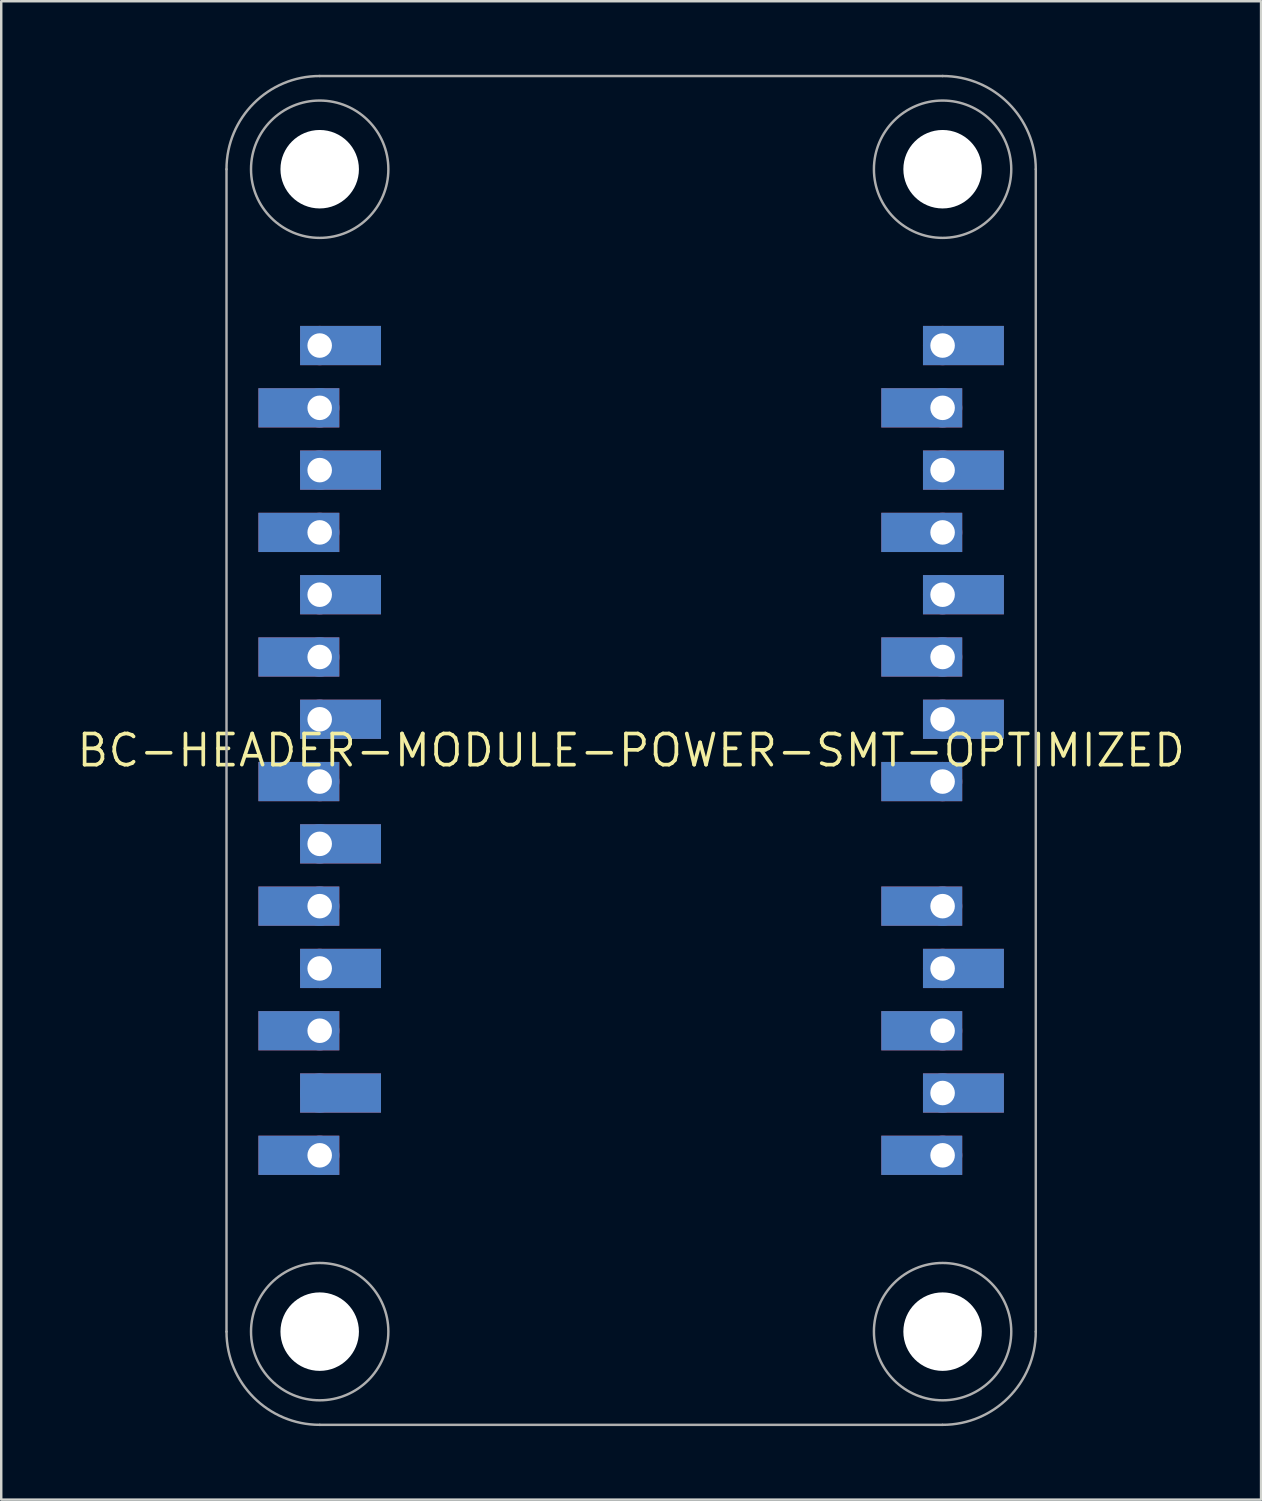
<source format=kicad_pcb>
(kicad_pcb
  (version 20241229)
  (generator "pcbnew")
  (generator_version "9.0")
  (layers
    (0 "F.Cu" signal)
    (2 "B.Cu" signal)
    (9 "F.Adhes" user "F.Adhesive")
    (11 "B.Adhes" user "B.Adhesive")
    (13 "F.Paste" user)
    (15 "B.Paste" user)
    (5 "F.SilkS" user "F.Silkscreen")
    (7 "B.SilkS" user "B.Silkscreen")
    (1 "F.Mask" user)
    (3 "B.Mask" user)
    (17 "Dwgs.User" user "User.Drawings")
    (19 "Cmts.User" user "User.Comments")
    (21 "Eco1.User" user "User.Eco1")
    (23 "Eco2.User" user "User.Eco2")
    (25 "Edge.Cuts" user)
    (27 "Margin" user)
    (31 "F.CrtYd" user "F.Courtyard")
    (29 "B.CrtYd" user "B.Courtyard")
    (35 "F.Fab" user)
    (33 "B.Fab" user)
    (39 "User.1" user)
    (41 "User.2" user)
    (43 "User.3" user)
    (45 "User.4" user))
  (footprint "BC-HEADER-MODULE-POWER-SMT-OPTIMIZED"
    (layer "F.Cu")
    (at 22.686 27.55)
    (property "Reference" "BC-HEADER-MODULE-POWER-SMT-OPTIMIZED" (at 0 0 0) (unlocked yes) (layer "F.SilkS") (effects (font (size 1.27 1.27) (thickness 0.15))))
    (fp_poly (pts (xy -11.9 -13.17) (xy -15.2 -13.17) (xy -15.2 -14.77) (xy -11.9 -14.77)) (stroke (width 0) (type default)) (fill yes) (layer "F.Cu"))
    (fp_poly (pts (xy -11.9 -8.09) (xy -15.2 -8.09) (xy -15.2 -9.69) (xy -11.9 -9.69)) (stroke (width 0) (type default)) (fill yes) (layer "F.Cu"))
    (fp_poly (pts (xy -11.9 -3.01) (xy -15.2 -3.01) (xy -15.2 -4.61) (xy -11.9 -4.61)) (stroke (width 0) (type default)) (fill yes) (layer "F.Cu"))
    (fp_poly (pts (xy -11.9 2.07) (xy -15.2 2.07) (xy -15.2 0.47) (xy -11.9 0.47)) (stroke (width 0) (type default)) (fill yes) (layer "F.Cu"))
    (fp_poly (pts (xy -11.9 7.15) (xy -15.2 7.15) (xy -15.2 5.55) (xy -11.9 5.55)) (stroke (width 0) (type default)) (fill yes) (layer "F.Cu"))
    (fp_poly (pts (xy -11.9 12.23) (xy -15.2 12.23) (xy -15.2 10.63) (xy -11.9 10.63)) (stroke (width 0) (type default)) (fill yes) (layer "F.Cu"))
    (fp_poly (pts (xy -11.9 17.31) (xy -15.2 17.31) (xy -15.2 15.71) (xy -11.9 15.71)) (stroke (width 0) (type default)) (fill yes) (layer "F.Cu"))
    (fp_poly (pts (xy -10.2 -15.71) (xy -13.5 -15.71) (xy -13.5 -17.31) (xy -10.2 -17.31)) (stroke (width 0) (type default)) (fill yes) (layer "F.Cu"))
    (fp_poly (pts (xy -10.2 -10.63) (xy -13.5 -10.63) (xy -13.5 -12.23) (xy -10.2 -12.23)) (stroke (width 0) (type default)) (fill yes) (layer "F.Cu"))
    (fp_poly (pts (xy -10.2 -5.55) (xy -13.5 -5.55) (xy -13.5 -7.15) (xy -10.2 -7.15)) (stroke (width 0) (type default)) (fill yes) (layer "F.Cu"))
    (fp_poly (pts (xy -10.2 -0.47) (xy -13.5 -0.47) (xy -13.5 -2.07) (xy -10.2 -2.07)) (stroke (width 0) (type default)) (fill yes) (layer "F.Cu"))
    (fp_poly (pts (xy -10.2 4.61) (xy -13.5 4.61) (xy -13.5 3.01) (xy -10.2 3.01)) (stroke (width 0) (type default)) (fill yes) (layer "F.Cu"))
    (fp_poly (pts (xy -10.2 9.69) (xy -13.5 9.69) (xy -13.5 8.09) (xy -10.2 8.09)) (stroke (width 0) (type default)) (fill yes) (layer "F.Cu"))
    (fp_poly (pts (xy -10.2 14.77) (xy -13.5 14.77) (xy -13.5 13.17) (xy -10.2 13.17)) (stroke (width 0) (type default)) (fill yes) (layer "F.Cu"))
    (fp_poly (pts (xy 13.5 -13.17) (xy 10.2 -13.17) (xy 10.2 -14.77) (xy 13.5 -14.77)) (stroke (width 0) (type default)) (fill yes) (layer "F.Cu"))
    (fp_poly (pts (xy 13.5 -8.09) (xy 10.2 -8.09) (xy 10.2 -9.69) (xy 13.5 -9.69)) (stroke (width 0) (type default)) (fill yes) (layer "F.Cu"))
    (fp_poly (pts (xy 13.5 -3.01) (xy 10.2 -3.01) (xy 10.2 -4.61) (xy 13.5 -4.61)) (stroke (width 0) (type default)) (fill yes) (layer "F.Cu"))
    (fp_poly (pts (xy 13.5 2.07) (xy 10.2 2.07) (xy 10.2 0.47) (xy 13.5 0.47)) (stroke (width 0) (type default)) (fill yes) (layer "F.Cu"))
    (fp_poly (pts (xy 13.5 7.15) (xy 10.2 7.15) (xy 10.2 5.55) (xy 13.5 5.55)) (stroke (width 0) (type default)) (fill yes) (layer "F.Cu"))
    (fp_poly (pts (xy 13.5 12.23) (xy 10.2 12.23) (xy 10.2 10.63) (xy 13.5 10.63)) (stroke (width 0) (type default)) (fill yes) (layer "F.Cu"))
    (fp_poly (pts (xy 13.5 17.31) (xy 10.2 17.31) (xy 10.2 15.71) (xy 13.5 15.71)) (stroke (width 0) (type default)) (fill yes) (layer "F.Cu"))
    (fp_poly (pts (xy 15.2 -15.71) (xy 11.9 -15.71) (xy 11.9 -17.31) (xy 15.2 -17.31)) (stroke (width 0) (type default)) (fill yes) (layer "F.Cu"))
    (fp_poly (pts (xy 15.2 -10.63) (xy 11.9 -10.63) (xy 11.9 -12.23) (xy 15.2 -12.23)) (stroke (width 0) (type default)) (fill yes) (layer "F.Cu"))
    (fp_poly (pts (xy 15.2 -5.55) (xy 11.9 -5.55) (xy 11.9 -7.15) (xy 15.2 -7.15)) (stroke (width 0) (type default)) (fill yes) (layer "F.Cu"))
    (fp_poly (pts (xy 15.2 -0.47) (xy 11.9 -0.47) (xy 11.9 -2.07) (xy 15.2 -2.07)) (stroke (width 0) (type default)) (fill yes) (layer "F.Cu"))
    (fp_poly (pts (xy 15.2 9.69) (xy 11.9 9.69) (xy 11.9 8.09) (xy 15.2 8.09)) (stroke (width 0) (type default)) (fill yes) (layer "F.Cu"))
    (fp_poly (pts (xy 15.2 14.77) (xy 11.9 14.77) (xy 11.9 13.17) (xy 15.2 13.17)) (stroke (width 0) (type default)) (fill yes) (layer "F.Cu"))
    (fp_poly (pts (xy -13.6 -15.61) (xy -10.1 -15.61) (xy -10.1 -17.41) (xy -13.6 -17.41)) (stroke (width 0) (type default)) (fill yes) (layer "F.Mask"))
    (fp_poly (pts (xy -13.6 -10.53) (xy -10.1 -10.53) (xy -10.1 -12.33) (xy -13.6 -12.33)) (stroke (width 0) (type default)) (fill yes) (layer "F.Mask"))
    (fp_poly (pts (xy -13.6 -5.45) (xy -10.1 -5.45) (xy -10.1 -7.25) (xy -13.6 -7.25)) (stroke (width 0) (type default)) (fill yes) (layer "F.Mask"))
    (fp_poly (pts (xy -13.6 -0.37) (xy -10.1 -0.37) (xy -10.1 -2.17) (xy -13.6 -2.17)) (stroke (width 0) (type default)) (fill yes) (layer "F.Mask"))
    (fp_poly (pts (xy -13.6 4.71) (xy -10.1 4.71) (xy -10.1 2.91) (xy -13.6 2.91)) (stroke (width 0) (type default)) (fill yes) (layer "F.Mask"))
    (fp_poly (pts (xy -13.6 9.79) (xy -10.1 9.79) (xy -10.1 7.99) (xy -13.6 7.99)) (stroke (width 0) (type default)) (fill yes) (layer "F.Mask"))
    (fp_poly (pts (xy -13.6 14.87) (xy -10.1 14.87) (xy -10.1 13.07) (xy -13.6 13.07)) (stroke (width 0) (type default)) (fill yes) (layer "F.Mask"))
    (fp_poly (pts (xy -11.8 -14.87) (xy -15.3 -14.87) (xy -15.3 -13.07) (xy -11.8 -13.07)) (stroke (width 0) (type default)) (fill yes) (layer "F.Mask"))
    (fp_poly (pts (xy -11.8 -9.79) (xy -15.3 -9.79) (xy -15.3 -7.99) (xy -11.8 -7.99)) (stroke (width 0) (type default)) (fill yes) (layer "F.Mask"))
    (fp_poly (pts (xy -11.8 -4.71) (xy -15.3 -4.71) (xy -15.3 -2.91) (xy -11.8 -2.91)) (stroke (width 0) (type default)) (fill yes) (layer "F.Mask"))
    (fp_poly (pts (xy -11.8 0.37) (xy -15.3 0.37) (xy -15.3 2.17) (xy -11.8 2.17)) (stroke (width 0) (type default)) (fill yes) (layer "F.Mask"))
    (fp_poly (pts (xy -11.8 5.45) (xy -15.3 5.45) (xy -15.3 7.25) (xy -11.8 7.25)) (stroke (width 0) (type default)) (fill yes) (layer "F.Mask"))
    (fp_poly (pts (xy -11.8 10.53) (xy -15.3 10.53) (xy -15.3 12.33) (xy -11.8 12.33)) (stroke (width 0) (type default)) (fill yes) (layer "F.Mask"))
    (fp_poly (pts (xy -11.8 15.61) (xy -15.3 15.61) (xy -15.3 17.41) (xy -11.8 17.41)) (stroke (width 0) (type default)) (fill yes) (layer "F.Mask"))
    (fp_poly (pts (xy 11.8 -15.61) (xy 15.3 -15.61) (xy 15.3 -17.41) (xy 11.8 -17.41)) (stroke (width 0) (type default)) (fill yes) (layer "F.Mask"))
    (fp_poly (pts (xy 11.8 -10.53) (xy 15.3 -10.53) (xy 15.3 -12.33) (xy 11.8 -12.33)) (stroke (width 0) (type default)) (fill yes) (layer "F.Mask"))
    (fp_poly (pts (xy 11.8 -5.45) (xy 15.3 -5.45) (xy 15.3 -7.25) (xy 11.8 -7.25)) (stroke (width 0) (type default)) (fill yes) (layer "F.Mask"))
    (fp_poly (pts (xy 11.8 -0.37) (xy 15.3 -0.37) (xy 15.3 -2.17) (xy 11.8 -2.17)) (stroke (width 0) (type default)) (fill yes) (layer "F.Mask"))
    (fp_poly (pts (xy 11.8 9.79) (xy 15.3 9.79) (xy 15.3 7.99) (xy 11.8 7.99)) (stroke (width 0) (type default)) (fill yes) (layer "F.Mask"))
    (fp_poly (pts (xy 11.8 14.87) (xy 15.3 14.87) (xy 15.3 13.07) (xy 11.8 13.07)) (stroke (width 0) (type default)) (fill yes) (layer "F.Mask"))
    (fp_poly (pts (xy 13.6 -14.87) (xy 10.1 -14.87) (xy 10.1 -13.07) (xy 13.6 -13.07)) (stroke (width 0) (type default)) (fill yes) (layer "F.Mask"))
    (fp_poly (pts (xy 13.6 -9.79) (xy 10.1 -9.79) (xy 10.1 -7.99) (xy 13.6 -7.99)) (stroke (width 0) (type default)) (fill yes) (layer "F.Mask"))
    (fp_poly (pts (xy 13.6 -4.71) (xy 10.1 -4.71) (xy 10.1 -2.91) (xy 13.6 -2.91)) (stroke (width 0) (type default)) (fill yes) (layer "F.Mask"))
    (fp_poly (pts (xy 13.6 0.37) (xy 10.1 0.37) (xy 10.1 2.17) (xy 13.6 2.17)) (stroke (width 0) (type default)) (fill yes) (layer "F.Mask"))
    (fp_poly (pts (xy 13.6 5.45) (xy 10.1 5.45) (xy 10.1 7.25) (xy 13.6 7.25)) (stroke (width 0) (type default)) (fill yes) (layer "F.Mask"))
    (fp_poly (pts (xy 13.6 10.53) (xy 10.1 10.53) (xy 10.1 12.33) (xy 13.6 12.33)) (stroke (width 0) (type default)) (fill yes) (layer "F.Mask"))
    (fp_poly (pts (xy 13.6 15.61) (xy 10.1 15.61) (xy 10.1 17.41) (xy 13.6 17.41)) (stroke (width 0) (type default)) (fill yes) (layer "F.Mask"))
    (fp_poly (pts (xy -11.9 -13.17) (xy -15.2 -13.17) (xy -15.2 -14.77) (xy -11.9 -14.77)) (stroke (width 0) (type default)) (fill yes) (layer "B.Cu"))
    (fp_poly (pts (xy -11.9 -8.09) (xy -15.2 -8.09) (xy -15.2 -9.69) (xy -11.9 -9.69)) (stroke (width 0) (type default)) (fill yes) (layer "B.Cu"))
    (fp_poly (pts (xy -11.9 -3.01) (xy -15.2 -3.01) (xy -15.2 -4.61) (xy -11.9 -4.61)) (stroke (width 0) (type default)) (fill yes) (layer "B.Cu"))
    (fp_poly (pts (xy -11.9 2.07) (xy -15.2 2.07) (xy -15.2 0.47) (xy -11.9 0.47)) (stroke (width 0) (type default)) (fill yes) (layer "B.Cu"))
    (fp_poly (pts (xy -11.9 7.15) (xy -15.2 7.15) (xy -15.2 5.55) (xy -11.9 5.55)) (stroke (width 0) (type default)) (fill yes) (layer "B.Cu"))
    (fp_poly (pts (xy -11.9 12.23) (xy -15.2 12.23) (xy -15.2 10.63) (xy -11.9 10.63)) (stroke (width 0) (type default)) (fill yes) (layer "B.Cu"))
    (fp_poly (pts (xy -11.9 17.31) (xy -15.2 17.31) (xy -15.2 15.71) (xy -11.9 15.71)) (stroke (width 0) (type default)) (fill yes) (layer "B.Cu"))
    (fp_poly (pts (xy -10.2 -15.71) (xy -13.5 -15.71) (xy -13.5 -17.31) (xy -10.2 -17.31)) (stroke (width 0) (type default)) (fill yes) (layer "B.Cu"))
    (fp_poly (pts (xy -10.2 -10.63) (xy -13.5 -10.63) (xy -13.5 -12.23) (xy -10.2 -12.23)) (stroke (width 0) (type default)) (fill yes) (layer "B.Cu"))
    (fp_poly (pts (xy -10.2 -5.55) (xy -13.5 -5.55) (xy -13.5 -7.15) (xy -10.2 -7.15)) (stroke (width 0) (type default)) (fill yes) (layer "B.Cu"))
    (fp_poly (pts (xy -10.2 -0.47) (xy -13.5 -0.47) (xy -13.5 -2.07) (xy -10.2 -2.07)) (stroke (width 0) (type default)) (fill yes) (layer "B.Cu"))
    (fp_poly (pts (xy -10.2 4.61) (xy -13.5 4.61) (xy -13.5 3.01) (xy -10.2 3.01)) (stroke (width 0) (type default)) (fill yes) (layer "B.Cu"))
    (fp_poly (pts (xy -10.2 9.69) (xy -13.5 9.69) (xy -13.5 8.09) (xy -10.2 8.09)) (stroke (width 0) (type default)) (fill yes) (layer "B.Cu"))
    (fp_poly (pts (xy -10.2 14.77) (xy -13.5 14.77) (xy -13.5 13.17) (xy -10.2 13.17)) (stroke (width 0) (type default)) (fill yes) (layer "B.Cu"))
    (fp_poly (pts (xy 13.5 -13.17) (xy 10.2 -13.17) (xy 10.2 -14.77) (xy 13.5 -14.77)) (stroke (width 0) (type default)) (fill yes) (layer "B.Cu"))
    (fp_poly (pts (xy 13.5 -8.09) (xy 10.2 -8.09) (xy 10.2 -9.69) (xy 13.5 -9.69)) (stroke (width 0) (type default)) (fill yes) (layer "B.Cu"))
    (fp_poly (pts (xy 13.5 -3.01) (xy 10.2 -3.01) (xy 10.2 -4.61) (xy 13.5 -4.61)) (stroke (width 0) (type default)) (fill yes) (layer "B.Cu"))
    (fp_poly (pts (xy 13.5 2.07) (xy 10.2 2.07) (xy 10.2 0.47) (xy 13.5 0.47)) (stroke (width 0) (type default)) (fill yes) (layer "B.Cu"))
    (fp_poly (pts (xy 13.5 7.15) (xy 10.2 7.15) (xy 10.2 5.55) (xy 13.5 5.55)) (stroke (width 0) (type default)) (fill yes) (layer "B.Cu"))
    (fp_poly (pts (xy 13.5 12.23) (xy 10.2 12.23) (xy 10.2 10.63) (xy 13.5 10.63)) (stroke (width 0) (type default)) (fill yes) (layer "B.Cu"))
    (fp_poly (pts (xy 13.5 17.31) (xy 10.2 17.31) (xy 10.2 15.71) (xy 13.5 15.71)) (stroke (width 0) (type default)) (fill yes) (layer "B.Cu"))
    (fp_poly (pts (xy 15.2 -15.71) (xy 11.9 -15.71) (xy 11.9 -17.31) (xy 15.2 -17.31)) (stroke (width 0) (type default)) (fill yes) (layer "B.Cu"))
    (fp_poly (pts (xy 15.2 -10.63) (xy 11.9 -10.63) (xy 11.9 -12.23) (xy 15.2 -12.23)) (stroke (width 0) (type default)) (fill yes) (layer "B.Cu"))
    (fp_poly (pts (xy 15.2 -5.55) (xy 11.9 -5.55) (xy 11.9 -7.15) (xy 15.2 -7.15)) (stroke (width 0) (type default)) (fill yes) (layer "B.Cu"))
    (fp_poly (pts (xy 15.2 -0.47) (xy 11.9 -0.47) (xy 11.9 -2.07) (xy 15.2 -2.07)) (stroke (width 0) (type default)) (fill yes) (layer "B.Cu"))
    (fp_poly (pts (xy 15.2 9.69) (xy 11.9 9.69) (xy 11.9 8.09) (xy 15.2 8.09)) (stroke (width 0) (type default)) (fill yes) (layer "B.Cu"))
    (fp_poly (pts (xy 15.2 14.77) (xy 11.9 14.77) (xy 11.9 13.17) (xy 15.2 13.17)) (stroke (width 0) (type default)) (fill yes) (layer "B.Cu"))
    (fp_poly (pts (xy -15.3 -13.07) (xy -11.8 -13.07) (xy -11.8 -14.87) (xy -15.3 -14.87)) (stroke (width 0) (type default)) (fill yes) (layer "B.Mask"))
    (fp_poly (pts (xy -15.3 -7.99) (xy -11.8 -7.99) (xy -11.8 -9.79) (xy -15.3 -9.79)) (stroke (width 0) (type default)) (fill yes) (layer "B.Mask"))
    (fp_poly (pts (xy -15.3 -2.91) (xy -11.8 -2.91) (xy -11.8 -4.71) (xy -15.3 -4.71)) (stroke (width 0) (type default)) (fill yes) (layer "B.Mask"))
    (fp_poly (pts (xy -15.3 2.17) (xy -11.8 2.17) (xy -11.8 0.37) (xy -15.3 0.37)) (stroke (width 0) (type default)) (fill yes) (layer "B.Mask"))
    (fp_poly (pts (xy -15.3 7.25) (xy -11.8 7.25) (xy -11.8 5.45) (xy -15.3 5.45)) (stroke (width 0) (type default)) (fill yes) (layer "B.Mask"))
    (fp_poly (pts (xy -15.3 12.33) (xy -11.8 12.33) (xy -11.8 10.53) (xy -15.3 10.53)) (stroke (width 0) (type default)) (fill yes) (layer "B.Mask"))
    (fp_poly (pts (xy -15.3 17.41) (xy -11.8 17.41) (xy -11.8 15.61) (xy -15.3 15.61)) (stroke (width 0) (type default)) (fill yes) (layer "B.Mask"))
    (fp_poly (pts (xy -10.1 -17.41) (xy -13.6 -17.41) (xy -13.6 -15.61) (xy -10.1 -15.61)) (stroke (width 0) (type default)) (fill yes) (layer "B.Mask"))
    (fp_poly (pts (xy -10.1 -12.33) (xy -13.6 -12.33) (xy -13.6 -10.53) (xy -10.1 -10.53)) (stroke (width 0) (type default)) (fill yes) (layer "B.Mask"))
    (fp_poly (pts (xy -10.1 -7.25) (xy -13.6 -7.25) (xy -13.6 -5.45) (xy -10.1 -5.45)) (stroke (width 0) (type default)) (fill yes) (layer "B.Mask"))
    (fp_poly (pts (xy -10.1 -2.17) (xy -13.6 -2.17) (xy -13.6 -0.37) (xy -10.1 -0.37)) (stroke (width 0) (type default)) (fill yes) (layer "B.Mask"))
    (fp_poly (pts (xy -10.1 2.91) (xy -13.6 2.91) (xy -13.6 4.71) (xy -10.1 4.71)) (stroke (width 0) (type default)) (fill yes) (layer "B.Mask"))
    (fp_poly (pts (xy -10.1 7.99) (xy -13.6 7.99) (xy -13.6 9.79) (xy -10.1 9.79)) (stroke (width 0) (type default)) (fill yes) (layer "B.Mask"))
    (fp_poly (pts (xy -10.1 13.07) (xy -13.6 13.07) (xy -13.6 14.87) (xy -10.1 14.87)) (stroke (width 0) (type default)) (fill yes) (layer "B.Mask"))
    (fp_poly (pts (xy 10.1 -13.07) (xy 13.6 -13.07) (xy 13.6 -14.87) (xy 10.1 -14.87)) (stroke (width 0) (type default)) (fill yes) (layer "B.Mask"))
    (fp_poly (pts (xy 10.1 -7.99) (xy 13.6 -7.99) (xy 13.6 -9.79) (xy 10.1 -9.79)) (stroke (width 0) (type default)) (fill yes) (layer "B.Mask"))
    (fp_poly (pts (xy 10.1 -2.91) (xy 13.6 -2.91) (xy 13.6 -4.71) (xy 10.1 -4.71)) (stroke (width 0) (type default)) (fill yes) (layer "B.Mask"))
    (fp_poly (pts (xy 10.1 2.17) (xy 13.6 2.17) (xy 13.6 0.37) (xy 10.1 0.37)) (stroke (width 0) (type default)) (fill yes) (layer "B.Mask"))
    (fp_poly (pts (xy 10.1 7.25) (xy 13.6 7.25) (xy 13.6 5.45) (xy 10.1 5.45)) (stroke (width 0) (type default)) (fill yes) (layer "B.Mask"))
    (fp_poly (pts (xy 10.1 12.33) (xy 13.6 12.33) (xy 13.6 10.53) (xy 10.1 10.53)) (stroke (width 0) (type default)) (fill yes) (layer "B.Mask"))
    (fp_poly (pts (xy 10.1 17.41) (xy 13.6 17.41) (xy 13.6 15.61) (xy 10.1 15.61)) (stroke (width 0) (type default)) (fill yes) (layer "B.Mask"))
    (fp_poly (pts (xy 15.3 -17.41) (xy 11.8 -17.41) (xy 11.8 -15.61) (xy 15.3 -15.61)) (stroke (width 0) (type default)) (fill yes) (layer "B.Mask"))
    (fp_poly (pts (xy 15.3 -12.33) (xy 11.8 -12.33) (xy 11.8 -10.53) (xy 15.3 -10.53)) (stroke (width 0) (type default)) (fill yes) (layer "B.Mask"))
    (fp_poly (pts (xy 15.3 -7.25) (xy 11.8 -7.25) (xy 11.8 -5.45) (xy 15.3 -5.45)) (stroke (width 0) (type default)) (fill yes) (layer "B.Mask"))
    (fp_poly (pts (xy 15.3 -2.17) (xy 11.8 -2.17) (xy 11.8 -0.37) (xy 15.3 -0.37)) (stroke (width 0) (type default)) (fill yes) (layer "B.Mask"))
    (fp_poly (pts (xy 15.3 7.99) (xy 11.8 7.99) (xy 11.8 9.79) (xy 15.3 9.79)) (stroke (width 0) (type default)) (fill yes) (layer "B.Mask"))
    (fp_poly (pts (xy 15.3 13.07) (xy 11.8 13.07) (xy 11.8 14.87) (xy 15.3 14.87)) (stroke (width 0) (type default)) (fill yes) (layer "B.Mask"))
    (fp_poly (pts (xy -13.6 -13.32) (xy -15.7 -13.32) (xy -15.7 -14.62) (xy -13.6 -14.62)) (stroke (width 0) (type default)) (fill yes) (layer "F.Paste"))
    (fp_poly (pts (xy -13.6 -8.24) (xy -15.7 -8.24) (xy -15.7 -9.54) (xy -13.6 -9.54)) (stroke (width 0) (type default)) (fill yes) (layer "F.Paste"))
    (fp_poly (pts (xy -13.6 -3.16) (xy -15.7 -3.16) (xy -15.7 -4.46) (xy -13.6 -4.46)) (stroke (width 0) (type default)) (fill yes) (layer "F.Paste"))
    (fp_poly (pts (xy -13.6 1.92) (xy -15.7 1.92) (xy -15.7 0.62) (xy -13.6 0.62)) (stroke (width 0) (type default)) (fill yes) (layer "F.Paste"))
    (fp_poly (pts (xy -13.6 7) (xy -15.7 7) (xy -15.7 5.7) (xy -13.6 5.7)) (stroke (width 0) (type default)) (fill yes) (layer "F.Paste"))
    (fp_poly (pts (xy -13.6 12.08) (xy -15.7 12.08) (xy -15.7 10.78) (xy -13.6 10.78)) (stroke (width 0) (type default)) (fill yes) (layer "F.Paste"))
    (fp_poly (pts (xy -13.6 17.16) (xy -15.7 17.16) (xy -15.7 15.86) (xy -13.6 15.86)) (stroke (width 0) (type default)) (fill yes) (layer "F.Paste"))
    (fp_poly (pts (xy -9.7 -15.86) (xy -11.8 -15.86) (xy -11.8 -17.16) (xy -9.7 -17.16)) (stroke (width 0) (type default)) (fill yes) (layer "F.Paste"))
    (fp_poly (pts (xy -9.7 -10.78) (xy -11.8 -10.78) (xy -11.8 -12.08) (xy -9.7 -12.08)) (stroke (width 0) (type default)) (fill yes) (layer "F.Paste"))
    (fp_poly (pts (xy -9.7 -5.7) (xy -11.8 -5.7) (xy -11.8 -7) (xy -9.7 -7)) (stroke (width 0) (type default)) (fill yes) (layer "F.Paste"))
    (fp_poly (pts (xy -9.7 -0.62) (xy -11.8 -0.62) (xy -11.8 -1.92) (xy -9.7 -1.92)) (stroke (width 0) (type default)) (fill yes) (layer "F.Paste"))
    (fp_poly (pts (xy -9.7 4.46) (xy -11.8 4.46) (xy -11.8 3.16) (xy -9.7 3.16)) (stroke (width 0) (type default)) (fill yes) (layer "F.Paste"))
    (fp_poly (pts (xy -9.7 9.54) (xy -11.8 9.54) (xy -11.8 8.24) (xy -9.7 8.24)) (stroke (width 0) (type default)) (fill yes) (layer "F.Paste"))
    (fp_poly (pts (xy -9.7 14.62) (xy -11.8 14.62) (xy -11.8 13.32) (xy -9.7 13.32)) (stroke (width 0) (type default)) (fill yes) (layer "F.Paste"))
    (fp_poly (pts (xy 11.8 -13.32) (xy 9.7 -13.32) (xy 9.7 -14.62) (xy 11.8 -14.62)) (stroke (width 0) (type default)) (fill yes) (layer "F.Paste"))
    (fp_poly (pts (xy 11.8 -8.24) (xy 9.7 -8.24) (xy 9.7 -9.54) (xy 11.8 -9.54)) (stroke (width 0) (type default)) (fill yes) (layer "F.Paste"))
    (fp_poly (pts (xy 11.8 -3.16) (xy 9.7 -3.16) (xy 9.7 -4.46) (xy 11.8 -4.46)) (stroke (width 0) (type default)) (fill yes) (layer "F.Paste"))
    (fp_poly (pts (xy 11.8 1.92) (xy 9.7 1.92) (xy 9.7 0.62) (xy 11.8 0.62)) (stroke (width 0) (type default)) (fill yes) (layer "F.Paste"))
    (fp_poly (pts (xy 11.8 7) (xy 9.7 7) (xy 9.7 5.7) (xy 11.8 5.7)) (stroke (width 0) (type default)) (fill yes) (layer "F.Paste"))
    (fp_poly (pts (xy 11.8 12.08) (xy 9.7 12.08) (xy 9.7 10.78) (xy 11.8 10.78)) (stroke (width 0) (type default)) (fill yes) (layer "F.Paste"))
    (fp_poly (pts (xy 11.8 17.16) (xy 9.7 17.16) (xy 9.7 15.86) (xy 11.8 15.86)) (stroke (width 0) (type default)) (fill yes) (layer "F.Paste"))
    (fp_poly (pts (xy 15.7 -15.86) (xy 13.6 -15.86) (xy 13.6 -17.16) (xy 15.7 -17.16)) (stroke (width 0) (type default)) (fill yes) (layer "F.Paste"))
    (fp_poly (pts (xy 15.7 -10.78) (xy 13.6 -10.78) (xy 13.6 -12.08) (xy 15.7 -12.08)) (stroke (width 0) (type default)) (fill yes) (layer "F.Paste"))
    (fp_poly (pts (xy 15.7 -5.7) (xy 13.6 -5.7) (xy 13.6 -7) (xy 15.7 -7)) (stroke (width 0) (type default)) (fill yes) (layer "F.Paste"))
    (fp_poly (pts (xy 15.7 -0.62) (xy 13.6 -0.62) (xy 13.6 -1.92) (xy 15.7 -1.92)) (stroke (width 0) (type default)) (fill yes) (layer "F.Paste"))
    (fp_poly (pts (xy 15.7 9.54) (xy 13.6 9.54) (xy 13.6 8.24) (xy 15.7 8.24)) (stroke (width 0) (type default)) (fill yes) (layer "F.Paste"))
    (fp_poly (pts (xy 15.7 14.62) (xy 13.6 14.62) (xy 13.6 13.32) (xy 15.7 13.32)) (stroke (width 0) (type default)) (fill yes) (layer "F.Paste"))
    (fp_poly (pts (xy -13.6 -13.32) (xy -15.7 -13.32) (xy -15.7 -14.62) (xy -13.6 -14.62)) (stroke (width 0) (type default)) (fill yes) (layer "B.Paste"))
    (fp_poly (pts (xy -13.6 -8.24) (xy -15.7 -8.24) (xy -15.7 -9.54) (xy -13.6 -9.54)) (stroke (width 0) (type default)) (fill yes) (layer "B.Paste"))
    (fp_poly (pts (xy -13.6 -3.16) (xy -15.7 -3.16) (xy -15.7 -4.46) (xy -13.6 -4.46)) (stroke (width 0) (type default)) (fill yes) (layer "B.Paste"))
    (fp_poly (pts (xy -13.6 1.92) (xy -15.7 1.92) (xy -15.7 0.62) (xy -13.6 0.62)) (stroke (width 0) (type default)) (fill yes) (layer "B.Paste"))
    (fp_poly (pts (xy -13.6 7) (xy -15.7 7) (xy -15.7 5.7) (xy -13.6 5.7)) (stroke (width 0) (type default)) (fill yes) (layer "B.Paste"))
    (fp_poly (pts (xy -13.6 12.08) (xy -15.7 12.08) (xy -15.7 10.78) (xy -13.6 10.78)) (stroke (width 0) (type default)) (fill yes) (layer "B.Paste"))
    (fp_poly (pts (xy -13.6 17.16) (xy -15.7 17.16) (xy -15.7 15.86) (xy -13.6 15.86)) (stroke (width 0) (type default)) (fill yes) (layer "B.Paste"))
    (fp_poly (pts (xy -9.7 -15.86) (xy -11.8 -15.86) (xy -11.8 -17.16) (xy -9.7 -17.16)) (stroke (width 0) (type default)) (fill yes) (layer "B.Paste"))
    (fp_poly (pts (xy -9.7 -10.78) (xy -11.8 -10.78) (xy -11.8 -12.08) (xy -9.7 -12.08)) (stroke (width 0) (type default)) (fill yes) (layer "B.Paste"))
    (fp_poly (pts (xy -9.7 -5.7) (xy -11.8 -5.7) (xy -11.8 -7) (xy -9.7 -7)) (stroke (width 0) (type default)) (fill yes) (layer "B.Paste"))
    (fp_poly (pts (xy -9.7 -0.62) (xy -11.8 -0.62) (xy -11.8 -1.92) (xy -9.7 -1.92)) (stroke (width 0) (type default)) (fill yes) (layer "B.Paste"))
    (fp_poly (pts (xy -9.7 4.46) (xy -11.8 4.46) (xy -11.8 3.16) (xy -9.7 3.16)) (stroke (width 0) (type default)) (fill yes) (layer "B.Paste"))
    (fp_poly (pts (xy -9.7 9.54) (xy -11.8 9.54) (xy -11.8 8.24) (xy -9.7 8.24)) (stroke (width 0) (type default)) (fill yes) (layer "B.Paste"))
    (fp_poly (pts (xy -9.7 14.62) (xy -11.8 14.62) (xy -11.8 13.32) (xy -9.7 13.32)) (stroke (width 0) (type default)) (fill yes) (layer "B.Paste"))
    (fp_poly (pts (xy 11.8 -13.32) (xy 9.7 -13.32) (xy 9.7 -14.62) (xy 11.8 -14.62)) (stroke (width 0) (type default)) (fill yes) (layer "B.Paste"))
    (fp_poly (pts (xy 11.8 -8.24) (xy 9.7 -8.24) (xy 9.7 -9.54) (xy 11.8 -9.54)) (stroke (width 0) (type default)) (fill yes) (layer "B.Paste"))
    (fp_poly (pts (xy 11.8 -3.16) (xy 9.7 -3.16) (xy 9.7 -4.46) (xy 11.8 -4.46)) (stroke (width 0) (type default)) (fill yes) (layer "B.Paste"))
    (fp_poly (pts (xy 11.8 1.92) (xy 9.7 1.92) (xy 9.7 0.62) (xy 11.8 0.62)) (stroke (width 0) (type default)) (fill yes) (layer "B.Paste"))
    (fp_poly (pts (xy 11.8 7) (xy 9.7 7) (xy 9.7 5.7) (xy 11.8 5.7)) (stroke (width 0) (type default)) (fill yes) (layer "B.Paste"))
    (fp_poly (pts (xy 11.8 12.08) (xy 9.7 12.08) (xy 9.7 10.78) (xy 11.8 10.78)) (stroke (width 0) (type default)) (fill yes) (layer "B.Paste"))
    (fp_poly (pts (xy 11.8 17.16) (xy 9.7 17.16) (xy 9.7 15.86) (xy 11.8 15.86)) (stroke (width 0) (type default)) (fill yes) (layer "B.Paste"))
    (fp_poly (pts (xy 15.7 -15.86) (xy 13.6 -15.86) (xy 13.6 -17.16) (xy 15.7 -17.16)) (stroke (width 0) (type default)) (fill yes) (layer "B.Paste"))
    (fp_poly (pts (xy 15.7 -10.78) (xy 13.6 -10.78) (xy 13.6 -12.08) (xy 15.7 -12.08)) (stroke (width 0) (type default)) (fill yes) (layer "B.Paste"))
    (fp_poly (pts (xy 15.7 -5.7) (xy 13.6 -5.7) (xy 13.6 -7) (xy 15.7 -7)) (stroke (width 0) (type default)) (fill yes) (layer "B.Paste"))
    (fp_poly (pts (xy 15.7 -0.62) (xy 13.6 -0.62) (xy 13.6 -1.92) (xy 15.7 -1.92)) (stroke (width 0) (type default)) (fill yes) (layer "B.Paste"))
    (fp_poly (pts (xy 15.7 9.54) (xy 13.6 9.54) (xy 13.6 8.24) (xy 15.7 8.24)) (stroke (width 0) (type default)) (fill yes) (layer "B.Paste"))
    (fp_poly (pts (xy 15.7 14.62) (xy 13.6 14.62) (xy 13.6 13.32) (xy 15.7 13.32)) (stroke (width 0) (type default)) (fill yes) (layer "B.Paste"))
    (fp_line (start -16.5 23.7) (end -16.5 -23.7) (stroke (width 0.1) (type solid)) (layer "F.Fab"))
    (fp_line (start -12.7 -27.5) (end 12.7 -27.5) (stroke (width 0.1) (type solid)) (layer "F.Fab"))
    (fp_line (start 12.7 27.5) (end -12.7 27.5) (stroke (width 0.1) (type solid)) (layer "F.Fab"))
    (fp_line (start 16.5 -23.7) (end 16.5 23.7) (stroke (width 0.1) (type solid)) (layer "F.Fab"))
    (fp_arc (start -16.5 -23.7) (mid -15.387006 -26.387006) (end -12.7 -27.5) (stroke (width 0.1) (type solid)) (layer "F.Fab"))
    (fp_arc (start -12.7 27.5) (mid -15.387006 26.387006) (end -16.5 23.7) (stroke (width 0.1) (type solid)) (layer "F.Fab"))
    (fp_arc (start 12.7 -27.5) (mid 15.387006 -26.387006) (end 16.5 -23.7) (stroke (width 0.1) (type solid)) (layer "F.Fab"))
    (fp_arc (start 16.5 23.7) (mid 15.387006 26.387006) (end 12.7 27.5) (stroke (width 0.1) (type solid)) (layer "F.Fab"))
    (fp_circle (center -12.7 -23.7) (end -9.9 -23.7) (stroke (width 0.1) (type solid)) (fill no) (layer "F.Fab"))
    (fp_circle (center -12.7 23.7) (end -9.9 23.7) (stroke (width 0.1) (type solid)) (fill no) (layer "F.Fab"))
    (fp_circle (center 12.7 -23.7) (end 15.5 -23.7) (stroke (width 0.1) (type solid)) (fill no) (layer "F.Fab"))
    (fp_circle (center 12.7 23.7) (end 15.5 23.7) (stroke (width 0.1) (type solid)) (fill no) (layer "F.Fab"))
    (pad "" np_thru_hole circle (at -12.7 -23.7) (size 3.2 3.2) (drill 3.2) (layers "*.Cu" "*.Mask"))
    (pad "" np_thru_hole circle (at -12.7 23.7) (size 3.2 3.2) (drill 3.2) (layers "*.Cu" "*.Mask"))
    (pad "" np_thru_hole circle (at 12.7 -23.7) (size 3.2 3.2) (drill 3.2) (layers "*.Cu" "*.Mask"))
    (pad "" np_thru_hole circle (at 12.7 23.7) (size 3.2 3.2) (drill 3.2) (layers "*.Cu" "*.Mask"))
    (pad "1" thru_hole circle (at -12.7 -16.51 270) (size 1.6 1.6) (drill 1) (layers "*.Cu"))
    (pad "2" thru_hole circle (at -12.7 -13.97 270) (size 1.6 1.6) (drill 1) (layers "*.Cu"))
    (pad "3" thru_hole circle (at -12.7 -11.43 270) (size 1.6 1.6) (drill 1) (layers "*.Cu"))
    (pad "4" thru_hole circle (at -12.7 -8.89 270) (size 1.6 1.6) (drill 1) (layers "*.Cu"))
    (pad "5" thru_hole circle (at -12.7 -6.35 270) (size 1.6 1.6) (drill 1) (layers "*.Cu"))
    (pad "6" thru_hole circle (at -12.7 -3.81 270) (size 1.6 1.6) (drill 1) (layers "*.Cu"))
    (pad "7" thru_hole circle (at -12.7 -1.27 270) (size 1.6 1.6) (drill 1) (layers "*.Cu"))
    (pad "8" thru_hole circle (at -12.7 1.27 270) (size 1.6 1.6) (drill 1) (layers "*.Cu"))
    (pad "9" thru_hole circle (at -12.7 3.81 270) (size 1.6 1.6) (drill 1) (layers "*.Cu"))
    (pad "10" thru_hole circle (at -12.7 6.35 270) (size 1.6 1.6) (drill 1) (layers "*.Cu"))
    (pad "11" thru_hole circle (at -12.7 8.89 270) (size 1.6 1.6) (drill 1) (layers "*.Cu"))
    (pad "12" thru_hole circle (at -12.7 11.43 270) (size 1.6 1.6) (drill 1) (layers "*.Cu"))
    (pad "13B" smd roundrect (at -12.7 13.97) (size 1.6 1.6) (layers "B.Cu") (roundrect_rratio 0.5))
    (pad "13T" smd roundrect (at -12.7 13.97) (size 1.6 1.6) (layers "F.Cu") (roundrect_rratio 0.5))
    (pad "14" thru_hole circle (at -12.7 16.51 270) (size 1.6 1.6) (drill 1) (layers "*.Cu"))
    (pad "15" thru_hole circle (at 12.7 16.51 90) (size 1.6 1.6) (drill 1) (layers "*.Cu"))
    (pad "16" thru_hole circle (at 12.7 13.97 90) (size 1.6 1.6) (drill 1) (layers "*.Cu"))
    (pad "17" thru_hole circle (at 12.7 11.43 90) (size 1.6 1.6) (drill 1) (layers "*.Cu"))
    (pad "18" thru_hole circle (at 12.7 8.89 90) (size 1.6 1.6) (drill 1) (layers "*.Cu"))
    (pad "19" thru_hole circle (at 12.7 6.35 90) (size 1.6 1.6) (drill 1) (layers "*.Cu"))
    (pad "21" thru_hole circle (at 12.7 1.27 90) (size 1.6 1.6) (drill 1) (layers "*.Cu"))
    (pad "22" thru_hole circle (at 12.7 -1.27 90) (size 1.6 1.6) (drill 1) (layers "*.Cu"))
    (pad "23" thru_hole circle (at 12.7 -3.81 90) (size 1.6 1.6) (drill 1) (layers "*.Cu"))
    (pad "24" thru_hole circle (at 12.7 -6.35 90) (size 1.6 1.6) (drill 1) (layers "*.Cu"))
    (pad "25" thru_hole circle (at 12.7 -8.89 90) (size 1.6 1.6) (drill 1) (layers "*.Cu"))
    (pad "26" thru_hole circle (at 12.7 -11.43 90) (size 1.6 1.6) (drill 1) (layers "*.Cu"))
    (pad "27" thru_hole circle (at 12.7 -13.97 90) (size 1.6 1.6) (drill 1) (layers "*.Cu"))
    (pad "28" thru_hole circle (at 12.7 -16.51 90) (size 1.6 1.6) (drill 1) (layers "*.Cu")))
  (gr_rect
    (start -3 -3)
    (end 48.372 58.1)
    (stroke (width 0.1) (type default))
    (fill no)
    (layer "Edge.Cuts")))
</source>
